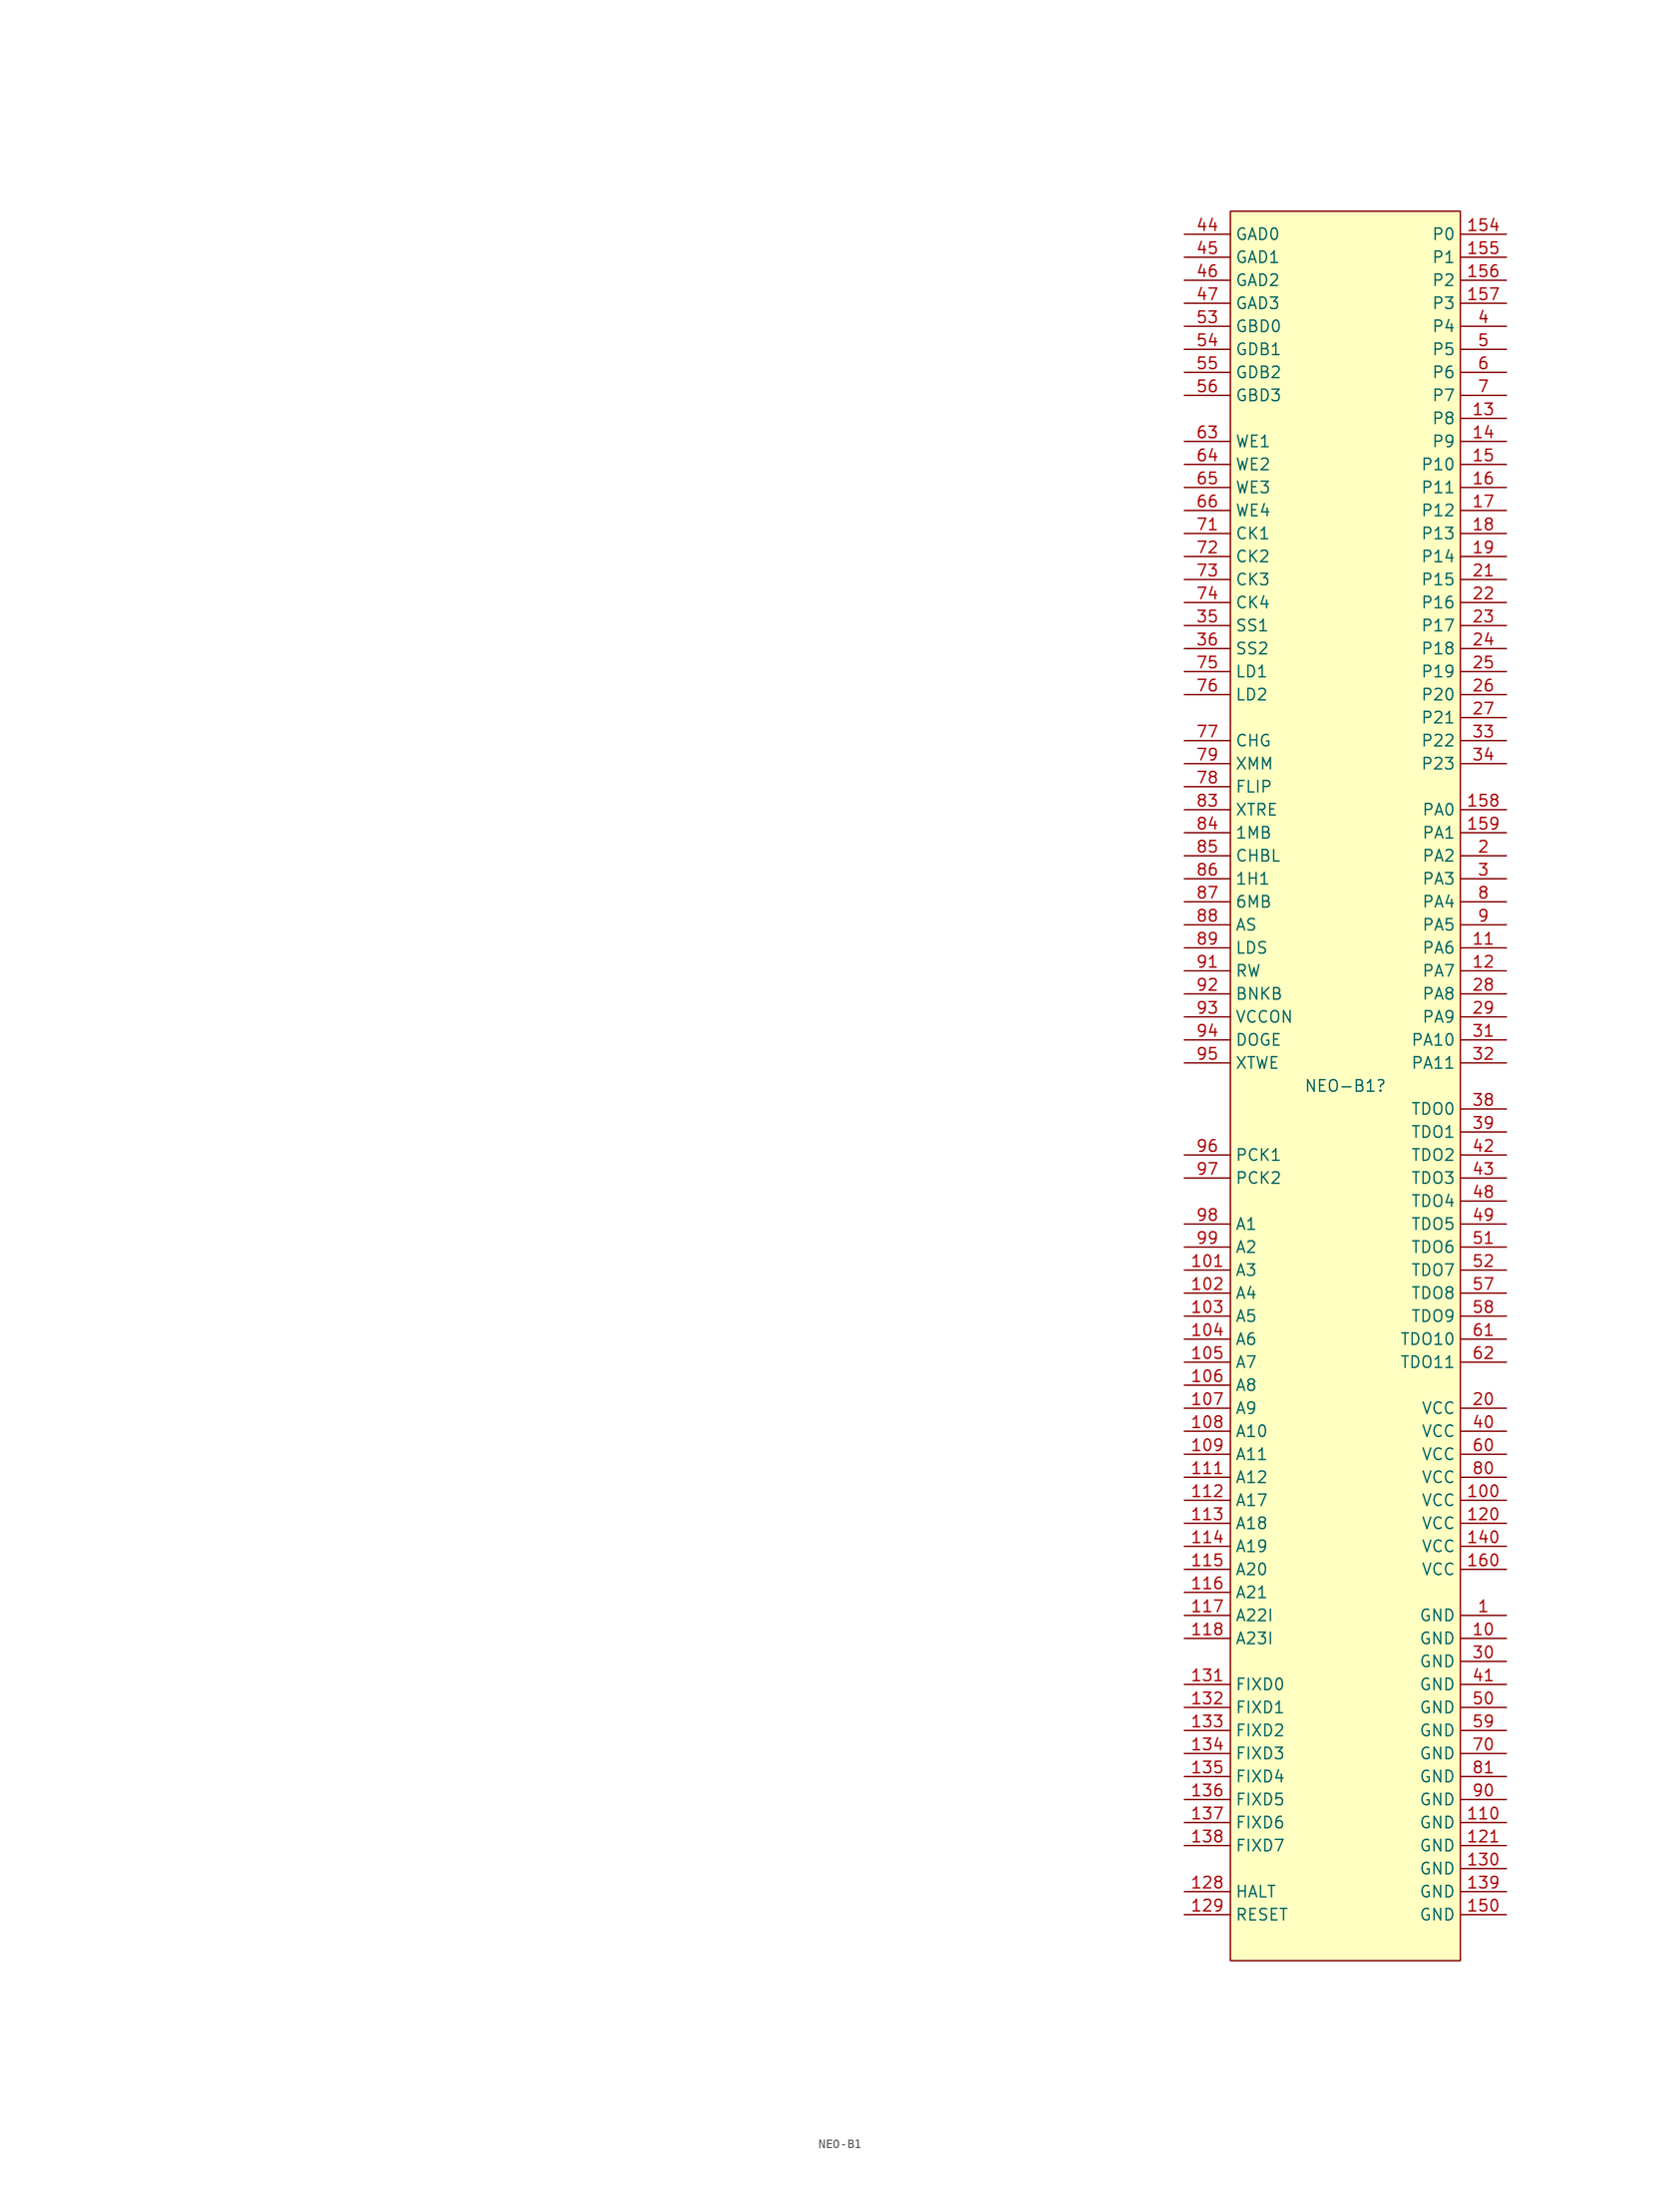
<source format=kicad_sym>
(kicad_symbol_lib
  (version 20220914)
  (generator kicad_symbol_editor)
  (symbol "NEO-B1"
    (property "Reference" "NEO-B1"
      (at 0 0 0)
      (effects (font (size 1.27 1.27))))
    (property "Value" ""
      (at -129.54 73.66 0)
      (effects (font (size 1.27 1.27))))
    (symbol "NEO-B1_0_0"
      (pin power_in line (at 17.78 -58.42 180) (length 5.08) (name "GND" (effects (font (size 1.27 1.27)))) (number "1" (effects (font (size 1.27 1.27)))))
      (pin power_in line (at 17.78 -60.96 180) (length 5.08) (name "GND" (effects (font (size 1.27 1.27)))) (number "10" (effects (font (size 1.27 1.27)))))
      (pin power_in line (at 17.78 -45.72 180) (length 5.08) (name "VCC" (effects (font (size 1.27 1.27)))) (number "100" (effects (font (size 1.27 1.27)))))
      (pin input line (at -17.78 -20.32 0) (length 5.08) (name "A3" (effects (font (size 1.27 1.27)))) (number "101" (effects (font (size 1.27 1.27)))))
      (pin input line (at -17.78 -22.86 0) (length 5.08) (name "A4" (effects (font (size 1.27 1.27)))) (number "102" (effects (font (size 1.27 1.27)))))
      (pin input line (at -17.78 -25.4 0) (length 5.08) (name "A5" (effects (font (size 1.27 1.27)))) (number "103" (effects (font (size 1.27 1.27)))))
      (pin input line (at -17.78 -27.94 0) (length 5.08) (name "A6" (effects (font (size 1.27 1.27)))) (number "104" (effects (font (size 1.27 1.27)))))
      (pin input line (at -17.78 -30.48 0) (length 5.08) (name "A7" (effects (font (size 1.27 1.27)))) (number "105" (effects (font (size 1.27 1.27)))))
      (pin input line (at -17.78 -33.02 0) (length 5.08) (name "A8" (effects (font (size 1.27 1.27)))) (number "106" (effects (font (size 1.27 1.27)))))
      (pin input line (at -17.78 -35.56 0) (length 5.08) (name "A9" (effects (font (size 1.27 1.27)))) (number "107" (effects (font (size 1.27 1.27)))))
      (pin input line (at -17.78 -38.1 0) (length 5.08) (name "A10" (effects (font (size 1.27 1.27)))) (number "108" (effects (font (size 1.27 1.27)))))
      (pin input line (at -17.78 -40.64 0) (length 5.08) (name "A11" (effects (font (size 1.27 1.27)))) (number "109" (effects (font (size 1.27 1.27)))))
      (pin output line (at 17.78 15.24 180) (length 5.08) (name "PA6" (effects (font (size 1.27 1.27)))) (number "11" (effects (font (size 1.27 1.27)))))
      (pin power_in line (at 17.78 -81.28 180) (length 5.08) (name "GND" (effects (font (size 1.27 1.27)))) (number "110" (effects (font (size 1.27 1.27)))))
      (pin input line (at -17.78 -43.18 0) (length 5.08) (name "A12" (effects (font (size 1.27 1.27)))) (number "111" (effects (font (size 1.27 1.27)))))
      (pin input line (at -17.78 -45.72 0) (length 5.08) (name "A17" (effects (font (size 1.27 1.27)))) (number "112" (effects (font (size 1.27 1.27)))))
      (pin input line (at -17.78 -48.26 0) (length 5.08) (name "A18" (effects (font (size 1.27 1.27)))) (number "113" (effects (font (size 1.27 1.27)))))
      (pin input line (at -17.78 -50.8 0) (length 5.08) (name "A19" (effects (font (size 1.27 1.27)))) (number "114" (effects (font (size 1.27 1.27)))))
      (pin input line (at -17.78 -53.34 0) (length 5.08) (name "A20" (effects (font (size 1.27 1.27)))) (number "115" (effects (font (size 1.27 1.27)))))
      (pin input line (at -17.78 -55.88 0) (length 5.08) (name "A21" (effects (font (size 1.27 1.27)))) (number "116" (effects (font (size 1.27 1.27)))))
      (pin input line (at -17.78 -58.42 0) (length 5.08) (name "A22I" (effects (font (size 1.27 1.27)))) (number "117" (effects (font (size 1.27 1.27)))))
      (pin input line (at -17.78 -60.96 0) (length 5.08) (name "A23I" (effects (font (size 1.27 1.27)))) (number "118" (effects (font (size 1.27 1.27)))))
      (pin output line (at 17.78 12.7 180) (length 5.08) (name "PA7" (effects (font (size 1.27 1.27)))) (number "12" (effects (font (size 1.27 1.27)))))
      (pin power_in line (at 17.78 -48.26 180) (length 5.08) (name "VCC" (effects (font (size 1.27 1.27)))) (number "120" (effects (font (size 1.27 1.27)))))
      (pin power_in line (at 17.78 -83.82 180) (length 5.08) (name "GND" (effects (font (size 1.27 1.27)))) (number "121" (effects (font (size 1.27 1.27)))))
      (pin output line (at -17.78 -88.9 0) (length 5.08) (name "HALT" (effects (font (size 1.27 1.27)))) (number "128" (effects (font (size 1.27 1.27)))))
      (pin output line (at -17.78 -91.44 0) (length 5.08) (name "RESET" (effects (font (size 1.27 1.27)))) (number "129" (effects (font (size 1.27 1.27)))))
      (pin input line (at 17.78 73.66 180) (length 5.08) (name "P8" (effects (font (size 1.27 1.27)))) (number "13" (effects (font (size 1.27 1.27)))))
      (pin power_in line (at 17.78 -86.36 180) (length 5.08) (name "GND" (effects (font (size 1.27 1.27)))) (number "130" (effects (font (size 1.27 1.27)))))
      (pin input line (at -17.78 -66.04 0) (length 5.08) (name "FIXD0" (effects (font (size 1.27 1.27)))) (number "131" (effects (font (size 1.27 1.27)))))
      (pin input line (at -17.78 -68.58 0) (length 5.08) (name "FIXD1" (effects (font (size 1.27 1.27)))) (number "132" (effects (font (size 1.27 1.27)))))
      (pin input line (at -17.78 -71.12 0) (length 5.08) (name "FIXD2" (effects (font (size 1.27 1.27)))) (number "133" (effects (font (size 1.27 1.27)))))
      (pin input line (at -17.78 -73.66 0) (length 5.08) (name "FIXD3" (effects (font (size 1.27 1.27)))) (number "134" (effects (font (size 1.27 1.27)))))
      (pin input line (at -17.78 -76.2 0) (length 5.08) (name "FIXD4" (effects (font (size 1.27 1.27)))) (number "135" (effects (font (size 1.27 1.27)))))
      (pin input line (at -17.78 -78.74 0) (length 5.08) (name "FIXD5" (effects (font (size 1.27 1.27)))) (number "136" (effects (font (size 1.27 1.27)))))
      (pin input line (at -17.78 -81.28 0) (length 5.08) (name "FIXD6" (effects (font (size 1.27 1.27)))) (number "137" (effects (font (size 1.27 1.27)))))
      (pin input line (at -17.78 -83.82 0) (length 5.08) (name "FIXD7" (effects (font (size 1.27 1.27)))) (number "138" (effects (font (size 1.27 1.27)))))
      (pin power_in line (at 17.78 -88.9 180) (length 5.08) (name "GND" (effects (font (size 1.27 1.27)))) (number "139" (effects (font (size 1.27 1.27)))))
      (pin input line (at 17.78 71.12 180) (length 5.08) (name "P9" (effects (font (size 1.27 1.27)))) (number "14" (effects (font (size 1.27 1.27)))))
      (pin power_in line (at 17.78 -50.8 180) (length 5.08) (name "VCC" (effects (font (size 1.27 1.27)))) (number "140" (effects (font (size 1.27 1.27)))))
      (pin input line (at 17.78 68.58 180) (length 5.08) (name "P10" (effects (font (size 1.27 1.27)))) (number "15" (effects (font (size 1.27 1.27)))))
      (pin power_in line (at 17.78 -91.44 180) (length 5.08) (name "GND" (effects (font (size 1.27 1.27)))) (number "150" (effects (font (size 1.27 1.27)))))
      (pin input line (at 17.78 93.98 180) (length 5.08) (name "P0" (effects (font (size 1.27 1.27)))) (number "154" (effects (font (size 1.27 1.27)))))
      (pin input line (at 17.78 91.44 180) (length 5.08) (name "P1" (effects (font (size 1.27 1.27)))) (number "155" (effects (font (size 1.27 1.27)))))
      (pin input line (at 17.78 88.9 180) (length 5.08) (name "P2" (effects (font (size 1.27 1.27)))) (number "156" (effects (font (size 1.27 1.27)))))
      (pin input line (at 17.78 86.36 180) (length 5.08) (name "P3" (effects (font (size 1.27 1.27)))) (number "157" (effects (font (size 1.27 1.27)))))
      (pin output line (at 17.78 30.48 180) (length 5.08) (name "PA0" (effects (font (size 1.27 1.27)))) (number "158" (effects (font (size 1.27 1.27)))))
      (pin output line (at 17.78 27.94 180) (length 5.08) (name "PA1" (effects (font (size 1.27 1.27)))) (number "159" (effects (font (size 1.27 1.27)))))
      (pin input line (at 17.78 66.04 180) (length 5.08) (name "P11" (effects (font (size 1.27 1.27)))) (number "16" (effects (font (size 1.27 1.27)))))
      (pin power_in line (at 17.78 -53.34 180) (length 5.08) (name "VCC" (effects (font (size 1.27 1.27)))) (number "160" (effects (font (size 1.27 1.27)))))
      (pin input line (at 17.78 63.5 180) (length 5.08) (name "P12" (effects (font (size 1.27 1.27)))) (number "17" (effects (font (size 1.27 1.27)))))
      (pin input line (at 17.78 60.96 180) (length 5.08) (name "P13" (effects (font (size 1.27 1.27)))) (number "18" (effects (font (size 1.27 1.27)))))
      (pin input line (at 17.78 58.42 180) (length 5.08) (name "P14" (effects (font (size 1.27 1.27)))) (number "19" (effects (font (size 1.27 1.27)))))
      (pin output line (at 17.78 25.4 180) (length 5.08) (name "PA2" (effects (font (size 1.27 1.27)))) (number "2" (effects (font (size 1.27 1.27)))))
      (pin power_in line (at 17.78 -35.56 180) (length 5.08) (name "VCC" (effects (font (size 1.27 1.27)))) (number "20" (effects (font (size 1.27 1.27)))))
      (pin input line (at 17.78 55.88 180) (length 5.08) (name "P15" (effects (font (size 1.27 1.27)))) (number "21" (effects (font (size 1.27 1.27)))))
      (pin input line (at 17.78 53.34 180) (length 5.08) (name "P16" (effects (font (size 1.27 1.27)))) (number "22" (effects (font (size 1.27 1.27)))))
      (pin input line (at 17.78 50.8 180) (length 5.08) (name "P17" (effects (font (size 1.27 1.27)))) (number "23" (effects (font (size 1.27 1.27)))))
      (pin input line (at 17.78 48.26 180) (length 5.08) (name "P18" (effects (font (size 1.27 1.27)))) (number "24" (effects (font (size 1.27 1.27)))))
      (pin input line (at 17.78 45.72 180) (length 5.08) (name "P19" (effects (font (size 1.27 1.27)))) (number "25" (effects (font (size 1.27 1.27)))))
      (pin input line (at 17.78 43.18 180) (length 5.08) (name "P20" (effects (font (size 1.27 1.27)))) (number "26" (effects (font (size 1.27 1.27)))))
      (pin input line (at 17.78 40.64 180) (length 5.08) (name "P21" (effects (font (size 1.27 1.27)))) (number "27" (effects (font (size 1.27 1.27)))))
      (pin input line (at 17.78 10.16 180) (length 5.08) (name "PA8" (effects (font (size 1.27 1.27)))) (number "28" (effects (font (size 1.27 1.27)))))
      (pin input line (at 17.78 7.62 180) (length 5.08) (name "PA9" (effects (font (size 1.27 1.27)))) (number "29" (effects (font (size 1.27 1.27)))))
      (pin output line (at 17.78 22.86 180) (length 5.08) (name "PA3" (effects (font (size 1.27 1.27)))) (number "3" (effects (font (size 1.27 1.27)))))
      (pin power_in line (at 17.78 -63.5 180) (length 5.08) (name "GND" (effects (font (size 1.27 1.27)))) (number "30" (effects (font (size 1.27 1.27)))))
      (pin output line (at 17.78 5.08 180) (length 5.08) (name "PA10" (effects (font (size 1.27 1.27)))) (number "31" (effects (font (size 1.27 1.27)))))
      (pin output line (at 17.78 2.54 180) (length 5.08) (name "PA11" (effects (font (size 1.27 1.27)))) (number "32" (effects (font (size 1.27 1.27)))))
      (pin input line (at 17.78 38.1 180) (length 5.08) (name "P22" (effects (font (size 1.27 1.27)))) (number "33" (effects (font (size 1.27 1.27)))))
      (pin input line (at 17.78 35.56 180) (length 5.08) (name "P23" (effects (font (size 1.27 1.27)))) (number "34" (effects (font (size 1.27 1.27)))))
      (pin input line (at -17.78 50.8 0) (length 5.08) (name "SS1" (effects (font (size 1.27 1.27)))) (number "35" (effects (font (size 1.27 1.27)))))
      (pin input line (at -17.78 48.26 0) (length 5.08) (name "SS2" (effects (font (size 1.27 1.27)))) (number "36" (effects (font (size 1.27 1.27)))))
      (pin passive line (at 17.78 -2.54 180) (length 5.08) (name "TDO0" (effects (font (size 1.27 1.27)))) (number "38" (effects (font (size 1.27 1.27)))))
      (pin passive line (at 17.78 -5.08 180) (length 5.08) (name "TDO1" (effects (font (size 1.27 1.27)))) (number "39" (effects (font (size 1.27 1.27)))))
      (pin input line (at 17.78 83.82 180) (length 5.08) (name "P4" (effects (font (size 1.27 1.27)))) (number "4" (effects (font (size 1.27 1.27)))))
      (pin power_in line (at 17.78 -38.1 180) (length 5.08) (name "VCC" (effects (font (size 1.27 1.27)))) (number "40" (effects (font (size 1.27 1.27)))))
      (pin power_in line (at 17.78 -66.04 180) (length 5.08) (name "GND" (effects (font (size 1.27 1.27)))) (number "41" (effects (font (size 1.27 1.27)))))
      (pin passive line (at 17.78 -7.62 180) (length 5.08) (name "TDO2" (effects (font (size 1.27 1.27)))) (number "42" (effects (font (size 1.27 1.27)))))
      (pin passive line (at 17.78 -10.16 180) (length 5.08) (name "TDO3" (effects (font (size 1.27 1.27)))) (number "43" (effects (font (size 1.27 1.27)))))
      (pin input line (at -17.78 93.98 0) (length 5.08) (name "GAD0" (effects (font (size 1.27 1.27)))) (number "44" (effects (font (size 1.27 1.27)))))
      (pin input line (at -17.78 91.44 0) (length 5.08) (name "GAD1" (effects (font (size 1.27 1.27)))) (number "45" (effects (font (size 1.27 1.27)))))
      (pin input line (at -17.78 88.9 0) (length 5.08) (name "GAD2" (effects (font (size 1.27 1.27)))) (number "46" (effects (font (size 1.27 1.27)))))
      (pin input line (at -17.78 86.36 0) (length 5.08) (name "GAD3" (effects (font (size 1.27 1.27)))) (number "47" (effects (font (size 1.27 1.27)))))
      (pin passive line (at 17.78 -12.7 180) (length 5.08) (name "TDO4" (effects (font (size 1.27 1.27)))) (number "48" (effects (font (size 1.27 1.27)))))
      (pin passive line (at 17.78 -15.24 180) (length 5.08) (name "TDO5" (effects (font (size 1.27 1.27)))) (number "49" (effects (font (size 1.27 1.27)))))
      (pin input line (at 17.78 81.28 180) (length 5.08) (name "P5" (effects (font (size 1.27 1.27)))) (number "5" (effects (font (size 1.27 1.27)))))
      (pin power_in line (at 17.78 -68.58 180) (length 5.08) (name "GND" (effects (font (size 1.27 1.27)))) (number "50" (effects (font (size 1.27 1.27)))))
      (pin passive line (at 17.78 -17.78 180) (length 5.08) (name "TDO6" (effects (font (size 1.27 1.27)))) (number "51" (effects (font (size 1.27 1.27)))))
      (pin passive line (at 17.78 -20.32 180) (length 5.08) (name "TDO7" (effects (font (size 1.27 1.27)))) (number "52" (effects (font (size 1.27 1.27)))))
      (pin input line (at -17.78 83.82 0) (length 5.08) (name "GBD0" (effects (font (size 1.27 1.27)))) (number "53" (effects (font (size 1.27 1.27)))))
      (pin input line (at -17.78 81.28 0) (length 5.08) (name "GDB1" (effects (font (size 1.27 1.27)))) (number "54" (effects (font (size 1.27 1.27)))))
      (pin input line (at -17.78 78.74 0) (length 5.08) (name "GDB2" (effects (font (size 1.27 1.27)))) (number "55" (effects (font (size 1.27 1.27)))))
      (pin input line (at -17.78 76.2 0) (length 5.08) (name "GBD3" (effects (font (size 1.27 1.27)))) (number "56" (effects (font (size 1.27 1.27)))))
      (pin passive line (at 17.78 -22.86 180) (length 5.08) (name "TDO8" (effects (font (size 1.27 1.27)))) (number "57" (effects (font (size 1.27 1.27)))))
      (pin passive line (at 17.78 -25.4 180) (length 5.08) (name "TDO9" (effects (font (size 1.27 1.27)))) (number "58" (effects (font (size 1.27 1.27)))))
      (pin power_in line (at 17.78 -71.12 180) (length 5.08) (name "GND" (effects (font (size 1.27 1.27)))) (number "59" (effects (font (size 1.27 1.27)))))
      (pin input line (at 17.78 78.74 180) (length 5.08) (name "P6" (effects (font (size 1.27 1.27)))) (number "6" (effects (font (size 1.27 1.27)))))
      (pin power_in line (at 17.78 -40.64 180) (length 5.08) (name "VCC" (effects (font (size 1.27 1.27)))) (number "60" (effects (font (size 1.27 1.27)))))
      (pin passive line (at 17.78 -27.94 180) (length 5.08) (name "TDO10" (effects (font (size 1.27 1.27)))) (number "61" (effects (font (size 1.27 1.27)))))
      (pin passive line (at 17.78 -30.48 180) (length 5.08) (name "TDO11" (effects (font (size 1.27 1.27)))) (number "62" (effects (font (size 1.27 1.27)))))
      (pin input line (at -17.78 71.12 0) (length 5.08) (name "WE1" (effects (font (size 1.27 1.27)))) (number "63" (effects (font (size 1.27 1.27)))))
      (pin input line (at -17.78 68.58 0) (length 5.08) (name "WE2" (effects (font (size 1.27 1.27)))) (number "64" (effects (font (size 1.27 1.27)))))
      (pin input line (at -17.78 66.04 0) (length 5.08) (name "WE3" (effects (font (size 1.27 1.27)))) (number "65" (effects (font (size 1.27 1.27)))))
      (pin input line (at -17.78 63.5 0) (length 5.08) (name "WE4" (effects (font (size 1.27 1.27)))) (number "66" (effects (font (size 1.27 1.27)))))
      (pin input line (at 17.78 76.2 180) (length 5.08) (name "P7" (effects (font (size 1.27 1.27)))) (number "7" (effects (font (size 1.27 1.27)))))
      (pin power_in line (at 17.78 -73.66 180) (length 5.08) (name "GND" (effects (font (size 1.27 1.27)))) (number "70" (effects (font (size 1.27 1.27)))))
      (pin input line (at -17.78 60.96 0) (length 5.08) (name "CK1" (effects (font (size 1.27 1.27)))) (number "71" (effects (font (size 1.27 1.27)))))
      (pin input line (at -17.78 58.42 0) (length 5.08) (name "CK2" (effects (font (size 1.27 1.27)))) (number "72" (effects (font (size 1.27 1.27)))))
      (pin input line (at -17.78 55.88 0) (length 5.08) (name "CK3" (effects (font (size 1.27 1.27)))) (number "73" (effects (font (size 1.27 1.27)))))
      (pin input line (at -17.78 53.34 0) (length 5.08) (name "CK4" (effects (font (size 1.27 1.27)))) (number "74" (effects (font (size 1.27 1.27)))))
      (pin input line (at -17.78 45.72 0) (length 5.08) (name "LD1" (effects (font (size 1.27 1.27)))) (number "75" (effects (font (size 1.27 1.27)))))
      (pin input line (at -17.78 43.18 0) (length 5.08) (name "LD2" (effects (font (size 1.27 1.27)))) (number "76" (effects (font (size 1.27 1.27)))))
      (pin input line (at -17.78 38.1 0) (length 5.08) (name "CHG" (effects (font (size 1.27 1.27)))) (number "77" (effects (font (size 1.27 1.27)))))
      (pin input line (at -17.78 33.02 0) (length 5.08) (name "FLIP" (effects (font (size 1.27 1.27)))) (number "78" (effects (font (size 1.27 1.27)))))
      (pin input line (at -17.78 35.56 0) (length 5.08) (name "XMM" (effects (font (size 1.27 1.27)))) (number "79" (effects (font (size 1.27 1.27)))))
      (pin output line (at 17.78 20.32 180) (length 5.08) (name "PA4" (effects (font (size 1.27 1.27)))) (number "8" (effects (font (size 1.27 1.27)))))
      (pin power_in line (at 17.78 -43.18 180) (length 5.08) (name "VCC" (effects (font (size 1.27 1.27)))) (number "80" (effects (font (size 1.27 1.27)))))
      (pin power_in line (at 17.78 -76.2 180) (length 5.08) (name "GND" (effects (font (size 1.27 1.27)))) (number "81" (effects (font (size 1.27 1.27)))))
      (pin input line (at -17.78 30.48 0) (length 5.08) (name "XTRE" (effects (font (size 1.27 1.27)))) (number "83" (effects (font (size 1.27 1.27)))))
      (pin input line (at -17.78 27.94 0) (length 5.08) (name "1MB" (effects (font (size 1.27 1.27)))) (number "84" (effects (font (size 1.27 1.27)))))
      (pin input line (at -17.78 25.4 0) (length 5.08) (name "CHBL" (effects (font (size 1.27 1.27)))) (number "85" (effects (font (size 1.27 1.27)))))
      (pin input line (at -17.78 22.86 0) (length 5.08) (name "1H1" (effects (font (size 1.27 1.27)))) (number "86" (effects (font (size 1.27 1.27)))))
      (pin input line (at -17.78 20.32 0) (length 5.08) (name "6MB" (effects (font (size 1.27 1.27)))) (number "87" (effects (font (size 1.27 1.27)))))
      (pin input line (at -17.78 17.78 0) (length 5.08) (name "AS" (effects (font (size 1.27 1.27)))) (number "88" (effects (font (size 1.27 1.27)))))
      (pin input line (at -17.78 15.24 0) (length 5.08) (name "LDS" (effects (font (size 1.27 1.27)))) (number "89" (effects (font (size 1.27 1.27)))))
      (pin output line (at 17.78 17.78 180) (length 5.08) (name "PA5" (effects (font (size 1.27 1.27)))) (number "9" (effects (font (size 1.27 1.27)))))
      (pin power_in line (at 17.78 -78.74 180) (length 5.08) (name "GND" (effects (font (size 1.27 1.27)))) (number "90" (effects (font (size 1.27 1.27)))))
      (pin input line (at -17.78 12.7 0) (length 5.08) (name "RW" (effects (font (size 1.27 1.27)))) (number "91" (effects (font (size 1.27 1.27)))))
      (pin input line (at -17.78 10.16 0) (length 5.08) (name "BNKB" (effects (font (size 1.27 1.27)))) (number "92" (effects (font (size 1.27 1.27)))))
      (pin input line (at -17.78 7.62 0) (length 5.08) (name "VCCON" (effects (font (size 1.27 1.27)))) (number "93" (effects (font (size 1.27 1.27)))))
      (pin input line (at -17.78 5.08 0) (length 5.08) (name "DOGE" (effects (font (size 1.27 1.27)))) (number "94" (effects (font (size 1.27 1.27)))))
      (pin input line (at -17.78 2.54 0) (length 5.08) (name "XTWE" (effects (font (size 1.27 1.27)))) (number "95" (effects (font (size 1.27 1.27)))))
      (pin input line (at -17.78 -7.62 0) (length 5.08) (name "PCK1" (effects (font (size 1.27 1.27)))) (number "96" (effects (font (size 1.27 1.27)))))
      (pin input line (at -17.78 -10.16 0) (length 5.08) (name "PCK2" (effects (font (size 1.27 1.27)))) (number "97" (effects (font (size 1.27 1.27)))))
      (pin input line (at -17.78 -15.24 0) (length 5.08) (name "A1" (effects (font (size 1.27 1.27)))) (number "98" (effects (font (size 1.27 1.27)))))
      (pin input line (at -17.78 -17.78 0) (length 5.08) (name "A2" (effects (font (size 1.27 1.27)))) (number "99" (effects (font (size 1.27 1.27))))))
    (symbol "NEO-B1_1_0"
      (pin no_connect line (at -17.78 -2.54 0) (length 5.08) hide (name "NC" (effects (font (size 1.27 1.27)))) (number "119" (effects (font (size 1.27 1.27)))))
      (pin no_connect line (at -17.78 -2.54 0) (length 5.08) hide (name "NC" (effects (font (size 1.27 1.27)))) (number "122" (effects (font (size 1.27 1.27)))))
      (pin no_connect line (at -17.78 -2.54 0) (length 5.08) hide (name "NC" (effects (font (size 1.27 1.27)))) (number "123" (effects (font (size 1.27 1.27)))))
      (pin no_connect line (at -17.78 -2.54 0) (length 5.08) hide (name "NC" (effects (font (size 1.27 1.27)))) (number "124" (effects (font (size 1.27 1.27)))))
      (pin no_connect line (at -17.78 -2.54 0) (length 5.08) hide (name "NC" (effects (font (size 1.27 1.27)))) (number "125" (effects (font (size 1.27 1.27)))))
      (pin no_connect line (at -17.78 -2.54 0) (length 5.08) hide (name "NC" (effects (font (size 1.27 1.27)))) (number "126" (effects (font (size 1.27 1.27)))))
      (pin no_connect line (at -17.78 -2.54 0) (length 5.08) hide (name "NC" (effects (font (size 1.27 1.27)))) (number "127" (effects (font (size 1.27 1.27)))))
      (pin no_connect line (at -17.78 -2.54 0) (length 5.08) hide (name "NC" (effects (font (size 1.27 1.27)))) (number "141" (effects (font (size 1.27 1.27)))))
      (pin no_connect line (at -17.78 -2.54 0) (length 5.08) hide (name "NC" (effects (font (size 1.27 1.27)))) (number "142" (effects (font (size 1.27 1.27)))))
      (pin no_connect line (at -17.78 -2.54 0) (length 5.08) hide (name "NC" (effects (font (size 1.27 1.27)))) (number "143" (effects (font (size 1.27 1.27)))))
      (pin no_connect line (at -17.78 -2.54 0) (length 5.08) hide (name "NC" (effects (font (size 1.27 1.27)))) (number "144" (effects (font (size 1.27 1.27)))))
      (pin no_connect line (at -17.78 -2.54 0) (length 5.08) hide (name "NC" (effects (font (size 1.27 1.27)))) (number "145" (effects (font (size 1.27 1.27)))))
      (pin no_connect line (at -17.78 -2.54 0) (length 5.08) hide (name "NC" (effects (font (size 1.27 1.27)))) (number "146" (effects (font (size 1.27 1.27)))))
      (pin no_connect line (at -17.78 -2.54 0) (length 5.08) hide (name "NC" (effects (font (size 1.27 1.27)))) (number "147" (effects (font (size 1.27 1.27)))))
      (pin no_connect line (at -17.78 -2.54 0) (length 5.08) hide (name "NC" (effects (font (size 1.27 1.27)))) (number "148" (effects (font (size 1.27 1.27)))))
      (pin no_connect line (at -17.78 -2.54 0) (length 5.08) hide (name "NC" (effects (font (size 1.27 1.27)))) (number "149" (effects (font (size 1.27 1.27)))))
      (pin no_connect line (at -17.78 -2.54 0) (length 5.08) hide (name "NC" (effects (font (size 1.27 1.27)))) (number "151" (effects (font (size 1.27 1.27)))))
      (pin no_connect line (at -17.78 -2.54 0) (length 5.08) hide (name "NC" (effects (font (size 1.27 1.27)))) (number "152" (effects (font (size 1.27 1.27)))))
      (pin no_connect line (at -17.78 -2.54 0) (length 5.08) hide (name "NC" (effects (font (size 1.27 1.27)))) (number "153" (effects (font (size 1.27 1.27)))))
      (pin no_connect line (at -17.78 -2.54 0) (length 5.08) hide (name "NC" (effects (font (size 1.27 1.27)))) (number "37" (effects (font (size 1.27 1.27)))))
      (pin no_connect line (at -17.78 -2.54 0) (length 5.08) hide (name "NC" (effects (font (size 1.27 1.27)))) (number "67" (effects (font (size 1.27 1.27)))))
      (pin no_connect line (at -17.78 -2.54 0) (length 5.08) hide (name "NC" (effects (font (size 1.27 1.27)))) (number "68" (effects (font (size 1.27 1.27)))))
      (pin no_connect line (at -17.78 -2.54 0) (length 5.08) hide (name "NC" (effects (font (size 1.27 1.27)))) (number "69" (effects (font (size 1.27 1.27)))))
      (pin no_connect line (at -17.78 -2.54 0) (length 5.08) hide (name "NC" (effects (font (size 1.27 1.27)))) (number "82" (effects (font (size 1.27 1.27))))))
    (symbol "NEO-B1_1_1"
      (rectangle (start -12.7 96.52) (end 12.7 -96.52) (stroke (width 0) (type default)) (fill (type background))))))
</source>
